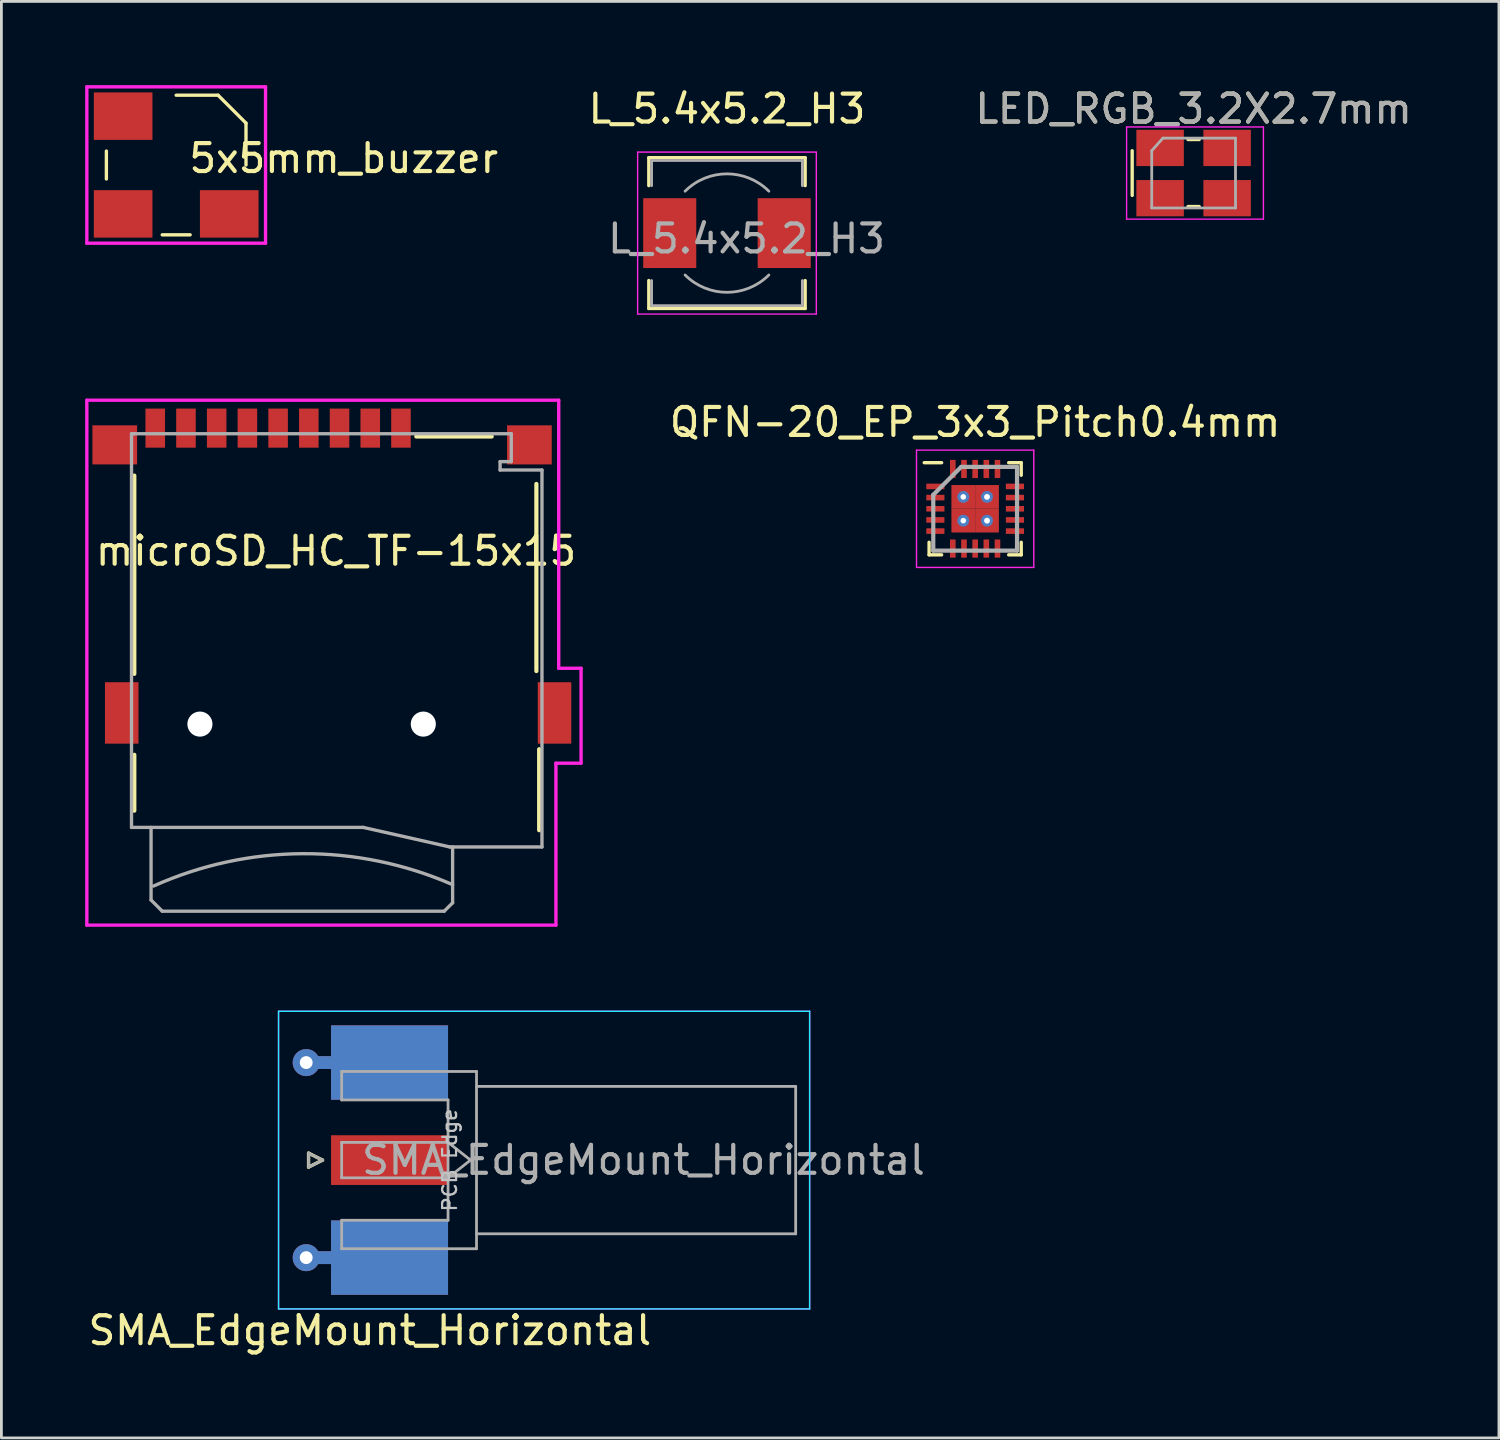
<source format=kicad_pcb>
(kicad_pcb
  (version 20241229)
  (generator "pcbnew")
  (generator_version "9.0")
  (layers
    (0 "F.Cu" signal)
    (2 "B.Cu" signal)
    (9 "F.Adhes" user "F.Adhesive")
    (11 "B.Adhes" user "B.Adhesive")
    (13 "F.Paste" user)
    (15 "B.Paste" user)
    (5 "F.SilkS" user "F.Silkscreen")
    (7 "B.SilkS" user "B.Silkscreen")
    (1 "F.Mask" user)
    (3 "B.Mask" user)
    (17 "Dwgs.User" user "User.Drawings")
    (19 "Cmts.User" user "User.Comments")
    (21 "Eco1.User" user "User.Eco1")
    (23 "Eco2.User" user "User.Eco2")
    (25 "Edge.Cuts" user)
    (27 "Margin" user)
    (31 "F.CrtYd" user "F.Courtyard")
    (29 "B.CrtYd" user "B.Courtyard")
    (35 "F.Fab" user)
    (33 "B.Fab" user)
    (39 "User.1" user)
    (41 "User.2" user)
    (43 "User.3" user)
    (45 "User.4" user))
  (footprint "5x5mm_buzzer"
    (layer "F.Cu")
    (at 3.26 2.86)
    (property "Reference" "5x5mm_buzzer" (at 6 -0.24 0) (layer "F.SilkS") (effects (font (size 1 1) (thickness 0.15))))
    (attr through_hole)
    (fp_line (start -2.5 0.5) (end -2.5 -0.5) (stroke (width 0.12) (type solid)) (layer "F.SilkS"))
    (fp_line (start -0.5 2.5) (end 0.5 2.5) (stroke (width 0.12) (type solid)) (layer "F.SilkS"))
    (fp_line (start 1.5 -2.5) (end 0 -2.5) (stroke (width 0.12) (type solid)) (layer "F.SilkS"))
    (fp_line (start 2.5 -1.5) (end 1.5 -2.5) (stroke (width 0.12) (type solid)) (layer "F.SilkS"))
    (fp_line (start 2.5 -1.5) (end 2.5 0) (stroke (width 0.12) (type solid)) (layer "F.SilkS"))
    (fp_line (start -3.2 -2.8) (end 3.2 -2.8) (stroke (width 0.12) (type solid)) (layer "F.CrtYd"))
    (fp_line (start -3.2 2.8) (end -3.2 -2.8) (stroke (width 0.12) (type solid)) (layer "F.CrtYd"))
    (fp_line (start 3.2 2.8) (end -3.2 2.8) (stroke (width 0.12) (type solid)) (layer "F.CrtYd"))
    (fp_line (start 3.2 2.8) (end 3.2 -2.8) (stroke (width 0.12) (type solid)) (layer "F.CrtYd"))
    (pad "" smd rect (at -1.9 -1.75) (size 2.1 1.7) (layers "F.Cu" "F.Mask" "F.Paste"))
    (pad "1" smd rect (at -1.9 1.75) (size 2.1 1.7) (layers "F.Cu" "F.Mask" "F.Paste"))
    (pad "2" smd rect (at 1.9 1.75) (size 2.1 1.7) (layers "F.Cu" "F.Mask" "F.Paste")))
  (footprint "SMA_EdgeMount_Horizontal"
    (layer "F.Cu")
    (at 10.901 38.498)
    (property "Reference" "SMA_EdgeMount_Horizontal" (at -0.705 6.1 0) (layer "F.SilkS") (effects (font (size 1 1) (thickness 0.15))))
    (attr smd)
    (fp_line (start -2.9 -0.25) (end -2.9 0.25) (stroke (width 0.12) (type solid)) (layer "F.SilkS"))
    (fp_line (start -2.9 0.25) (end -2.4 0) (stroke (width 0.12) (type solid)) (layer "F.SilkS"))
    (fp_line (start -2.4 0) (end -2.9 -0.25) (stroke (width 0.12) (type solid)) (layer "F.SilkS"))
    (fp_line (start -3.975 -5.33) (end -3.975 5.33) (stroke (width 0.05) (type solid)) (layer "B.CrtYd"))
    (fp_line (start -3.975 -5.33) (end 15.045 -5.33) (stroke (width 0.05) (type solid)) (layer "B.CrtYd"))
    (fp_line (start 15.045 -5.33) (end 15.045 5.33) (stroke (width 0.05) (type solid)) (layer "B.CrtYd"))
    (fp_line (start 15.045 5.33) (end -3.975 5.33) (stroke (width 0.05) (type solid)) (layer "B.CrtYd"))
    (fp_line (start -3.975 -5.33) (end -3.975 5.33) (stroke (width 0.05) (type solid)) (layer "F.CrtYd"))
    (fp_line (start -3.975 -5.33) (end 15.045 -5.33) (stroke (width 0.05) (type solid)) (layer "F.CrtYd"))
    (fp_line (start 15.045 -5.33) (end 15.045 5.33) (stroke (width 0.05) (type solid)) (layer "F.CrtYd"))
    (fp_line (start 15.045 5.33) (end -3.975 5.33) (stroke (width 0.05) (type solid)) (layer "F.CrtYd"))
    (fp_line (start -2.9 -0.25) (end -2.4 0) (stroke (width 0.1) (type solid)) (layer "F.Fab"))
    (fp_line (start -2.9 0.25) (end -2.9 -0.25) (stroke (width 0.1) (type solid)) (layer "F.Fab"))
    (fp_line (start -2.4 0) (end -2.9 0.25) (stroke (width 0.1) (type solid)) (layer "F.Fab"))
    (fp_line (start -1.715 -3.175) (end -1.715 -2.155) (stroke (width 0.1) (type solid)) (layer "F.Fab"))
    (fp_line (start -1.715 -3.175) (end 3.115 -3.175) (stroke (width 0.1) (type solid)) (layer "F.Fab"))
    (fp_line (start -1.715 -0.635) (end -1.715 0.635) (stroke (width 0.1) (type solid)) (layer "F.Fab"))
    (fp_line (start -1.715 3.175) (end -1.715 2.155) (stroke (width 0.1) (type solid)) (layer "F.Fab"))
    (fp_line (start 2.095 -2.155) (end -1.715 -2.155) (stroke (width 0.1) (type solid)) (layer "F.Fab"))
    (fp_line (start 2.095 -2.155) (end 2.095 2.155) (stroke (width 0.1) (type solid)) (layer "F.Fab"))
    (fp_line (start 2.095 -0.635) (end -1.715 -0.635) (stroke (width 0.1) (type solid)) (layer "F.Fab"))
    (fp_line (start 2.095 -0.635) (end 2.9 0) (stroke (width 0.1) (type solid)) (layer "F.Fab"))
    (fp_line (start 2.095 0.635) (end -1.715 0.635) (stroke (width 0.1) (type solid)) (layer "F.Fab"))
    (fp_line (start 2.095 2.155) (end -1.715 2.155) (stroke (width 0.1) (type solid)) (layer "F.Fab"))
    (fp_line (start 2.9 0) (end 2.095 0.635) (stroke (width 0.1) (type solid)) (layer "F.Fab"))
    (fp_line (start 3.115 -3.175) (end 3.115 3.175) (stroke (width 0.1) (type solid)) (layer "F.Fab"))
    (fp_line (start 3.115 3.175) (end -1.715 3.175) (stroke (width 0.1) (type solid)) (layer "F.Fab"))
    (fp_line (start 14.545 -2.64) (end 3.115 -2.64) (stroke (width 0.1) (type solid)) (layer "F.Fab"))
    (fp_line (start 14.545 -2.64) (end 14.545 2.64) (stroke (width 0.1) (type solid)) (layer "F.Fab"))
    (fp_line (start 14.545 2.64) (end 3.115 2.64) (stroke (width 0.1) (type solid)) (layer "F.Fab"))
    (fp_text user "PCB Edge" (at 2.155 0 270) (layer "Dwgs.User") (effects (font (size 0.5 0.5) (thickness 0.08))))
    (fp_text user "${REFERENCE}" (at 9.095 0 0) (layer "F.Fab") (effects (font (size 1 1) (thickness 0.15))))
    (pad "1" smd rect (at 0 0) (size 4.19 1.78) (layers "F.Cu" "F.Mask" "F.Paste"))
    (pad "2" thru_hole circle (at -2.985 -3.493) (size 0.97 0.97) (drill 0.46) (layers "*.Cu"))
    (pad "2" thru_hole circle (at -2.985 3.493) (size 0.97 0.97) (drill 0.46) (layers "*.Cu"))
    (pad "2" smd rect (at -2.54 -3.493) (size 0.89 0.46) (layers "F.Cu"))
    (pad "2" smd rect (at -2.54 -3.493) (size 0.89 0.46) (layers "B.Cu"))
    (pad "2" smd rect (at -2.54 3.493) (size 0.89 0.46) (layers "F.Cu"))
    (pad "2" smd rect (at -2.54 3.493) (size 0.89 0.46) (layers "B.Cu"))
    (pad "2" smd rect (at 0 -3.493) (size 4.19 2.665) (layers "F.Cu" "F.Mask" "F.Paste"))
    (pad "2" smd rect (at 0 -3.493) (size 4.19 2.665) (layers "B.Cu" "B.Mask" "B.Paste"))
    (pad "2" smd rect (at 0 3.493) (size 4.19 2.665) (layers "F.Cu" "F.Mask" "F.Paste"))
    (pad "2" smd rect (at 0 3.493) (size 4.19 2.665) (layers "B.Cu" "B.Mask" "B.Paste")))
  (footprint "LED_RGB_3.2X2.7mm"
    (layer "F.Cu")
    (at 39.698 3.148)
    (property "Reference" "LED_RGB_3.2X2.7mm" (at 0 -2.3 0) (layer "F.SilkS") (effects (font (size 1 1) (thickness 0.15))))
    (attr smd)
    (fp_line (start -2.2 -0.8) (end -2.2 0.8) (stroke (width 0.12) (type solid)) (layer "F.SilkS"))
    (fp_line (start -0.2 -1.2) (end 0.2 -1.2) (stroke (width 0.12) (type solid)) (layer "F.SilkS"))
    (fp_line (start -0.2 1.2) (end 0.2 1.2) (stroke (width 0.12) (type solid)) (layer "F.SilkS"))
    (fp_line (start -2.4 -1.65) (end -2.4 1.65) (stroke (width 0.05) (type solid)) (layer "F.CrtYd"))
    (fp_line (start -2.4 1.65) (end 2.5 1.65) (stroke (width 0.05) (type solid)) (layer "F.CrtYd"))
    (fp_line (start 2.5 -1.65) (end -2.4 -1.65) (stroke (width 0.05) (type solid)) (layer "F.CrtYd"))
    (fp_line (start 2.5 1.65) (end 2.5 -1.65) (stroke (width 0.05) (type solid)) (layer "F.CrtYd"))
    (fp_line (start -1.5 -0.8) (end -1.1 -1.25) (stroke (width 0.1) (type solid)) (layer "F.Fab"))
    (fp_line (start -1.5 1.25) (end -1.5 -0.8) (stroke (width 0.1) (type solid)) (layer "F.Fab"))
    (fp_line (start 1.5 -1.25) (end -1.1 -1.25) (stroke (width 0.1) (type solid)) (layer "F.Fab"))
    (fp_line (start 1.5 1.25) (end -1.5 1.25) (stroke (width 0.1) (type solid)) (layer "F.Fab"))
    (fp_line (start 1.5 1.25) (end 1.5 -1.25) (stroke (width 0.1) (type solid)) (layer "F.Fab"))
    (fp_text user "${REFERENCE}" (at 0 -2.3 0) (layer "F.Fab") (effects (font (size 1 1) (thickness 0.15))))
    (pad "1" smd rect (at 1.2 -0.9 180) (size 1.7 1.3) (layers "F.Cu" "F.Mask" "F.Paste"))
    (pad "2" smd rect (at -1.2 -0.9 180) (size 1.7 1.3) (layers "F.Cu" "F.Mask" "F.Paste"))
    (pad "3" smd rect (at 1.2 0.9 180) (size 1.7 1.3) (layers "F.Cu" "F.Mask" "F.Paste"))
    (pad "4" smd rect (at -1.2 0.9 180) (size 1.7 1.3) (layers "F.Cu" "F.Mask" "F.Paste")))
  (footprint "QFN-20_EP_3x3_Pitch0.4mm"
    (layer "F.Cu")
    (at 31.874 15.171)
    (property "Reference" "QFN-20_EP_3x3_Pitch0.4mm" (at 0 -3.1 0) (layer "F.SilkS") (effects (font (size 1 1) (thickness 0.15))))
    (attr smd)
    (fp_line (start -1.65 1.65) (end -1.65 1.2) (stroke (width 0.12) (type solid)) (layer "F.SilkS"))
    (fp_line (start -1.2 -1.65) (end -1.825 -1.65) (stroke (width 0.12) (type solid)) (layer "F.SilkS"))
    (fp_line (start -1.2 1.65) (end -1.65 1.65) (stroke (width 0.12) (type solid)) (layer "F.SilkS"))
    (fp_line (start 1.2 -1.65) (end 1.65 -1.65) (stroke (width 0.12) (type solid)) (layer "F.SilkS"))
    (fp_line (start 1.2 1.65) (end 1.65 1.65) (stroke (width 0.12) (type solid)) (layer "F.SilkS"))
    (fp_line (start 1.65 -1.65) (end 1.65 -1.2) (stroke (width 0.12) (type solid)) (layer "F.SilkS"))
    (fp_line (start 1.65 1.65) (end 1.65 1.2) (stroke (width 0.12) (type solid)) (layer "F.SilkS"))
    (fp_poly (pts (xy -0.15 -0.15) (xy -0.7 -0.15) (xy -0.7 -0.7) (xy -0.15 -0.7)) (stroke (width 0.1) (type solid)) (fill yes) (layer "F.Paste"))
    (fp_poly (pts (xy -0.15 0.7) (xy -0.7 0.7) (xy -0.7 0.15) (xy -0.15 0.15)) (stroke (width 0.1) (type solid)) (fill yes) (layer "F.Paste"))
    (fp_poly (pts (xy 0.7 -0.15) (xy 0.15 -0.15) (xy 0.15 -0.7) (xy 0.7 -0.7)) (stroke (width 0.1) (type solid)) (fill yes) (layer "F.Paste"))
    (fp_poly (pts (xy 0.7 0.7) (xy 0.15 0.7) (xy 0.15 0.15) (xy 0.7 0.15)) (stroke (width 0.1) (type solid)) (fill yes) (layer "F.Paste"))
    (fp_line (start -2.1 -2.1) (end 2.1 -2.1) (stroke (width 0.05) (type solid)) (layer "F.CrtYd"))
    (fp_line (start -2.1 2.1) (end -2.1 -2.1) (stroke (width 0.05) (type solid)) (layer "F.CrtYd"))
    (fp_line (start 2.1 -2.1) (end 2.1 2.1) (stroke (width 0.05) (type solid)) (layer "F.CrtYd"))
    (fp_line (start 2.1 2.1) (end -2.1 2.1) (stroke (width 0.05) (type solid)) (layer "F.CrtYd"))
    (fp_line (start -1.5 -0.5) (end -1.5 1.5) (stroke (width 0.15) (type solid)) (layer "F.Fab"))
    (fp_line (start -1.5 1.5) (end 1.5 1.5) (stroke (width 0.15) (type solid)) (layer "F.Fab"))
    (fp_line (start -0.5 -1.5) (end -1.5 -0.5) (stroke (width 0.15) (type solid)) (layer "F.Fab"))
    (fp_line (start 1.5 -1.5) (end -0.5 -1.5) (stroke (width 0.15) (type solid)) (layer "F.Fab"))
    (fp_line (start 1.5 1.5) (end 1.5 -1.5) (stroke (width 0.15) (type solid)) (layer "F.Fab"))
    (pad "1" smd rect (at -1.425 -0.8 90) (size 0.2 0.65) (layers "F.Cu" "F.Mask" "F.Paste"))
    (pad "2" smd rect (at -1.425 -0.4 90) (size 0.2 0.65) (layers "F.Cu" "F.Mask" "F.Paste"))
    (pad "3" smd rect (at -1.425 0 90) (size 0.2 0.65) (layers "F.Cu" "F.Mask" "F.Paste"))
    (pad "4" smd rect (at -1.425 0.4 90) (size 0.2 0.65) (layers "F.Cu" "F.Mask" "F.Paste"))
    (pad "5" smd rect (at -1.425 0.8 90) (size 0.2 0.65) (layers "F.Cu" "F.Mask" "F.Paste"))
    (pad "6" smd rect (at -0.8 1.425) (size 0.2 0.65) (layers "F.Cu" "F.Mask" "F.Paste"))
    (pad "7" smd rect (at -0.4 1.425) (size 0.2 0.65) (layers "F.Cu" "F.Mask" "F.Paste"))
    (pad "8" smd rect (at 0 1.425) (size 0.2 0.65) (layers "F.Cu" "F.Mask" "F.Paste"))
    (pad "9" smd rect (at 0.4 1.425) (size 0.2 0.65) (layers "F.Cu" "F.Mask" "F.Paste"))
    (pad "10" smd rect (at 0.8 1.425) (size 0.2 0.65) (layers "F.Cu" "F.Mask" "F.Paste"))
    (pad "11" smd rect (at 1.425 0.8 90) (size 0.2 0.65) (layers "F.Cu" "F.Mask" "F.Paste"))
    (pad "12" smd rect (at 1.425 0.4 90) (size 0.2 0.65) (layers "F.Cu" "F.Mask" "F.Paste"))
    (pad "13" smd rect (at 1.425 0 90) (size 0.2 0.65) (layers "F.Cu" "F.Mask" "F.Paste"))
    (pad "14" smd rect (at 1.425 -0.4 90) (size 0.2 0.65) (layers "F.Cu" "F.Mask" "F.Paste"))
    (pad "15" smd rect (at 1.425 -0.8 90) (size 0.2 0.65) (layers "F.Cu" "F.Mask" "F.Paste"))
    (pad "16" smd rect (at 0.8 -1.425) (size 0.2 0.65) (layers "F.Cu" "F.Mask" "F.Paste"))
    (pad "17" smd rect (at 0.4 -1.425) (size 0.2 0.65) (layers "F.Cu" "F.Mask" "F.Paste"))
    (pad "18" smd rect (at 0 -1.425) (size 0.2 0.65) (layers "F.Cu" "F.Mask" "F.Paste"))
    (pad "19" smd rect (at -0.4 -1.425) (size 0.2 0.65) (layers "F.Cu" "F.Mask" "F.Paste"))
    (pad "20" smd rect (at -0.8 -1.425) (size 0.2 0.65) (layers "F.Cu" "F.Mask" "F.Paste"))
    (pad "21" thru_hole circle (at -0.425 -0.425) (size 0.425 0.425) (drill 0.2) (layers "*.Cu" "*.Mask"))
    (pad "21" smd rect (at -0.425 -0.425) (size 0.85 0.85) (layers "F.Cu" "F.Mask" "F.Paste"))
    (pad "21" thru_hole circle (at -0.425 0.425) (size 0.425 0.425) (drill 0.2) (layers "*.Cu" "*.Mask"))
    (pad "21" smd rect (at -0.425 0.425) (size 0.85 0.85) (layers "F.Cu" "F.Mask" "F.Paste"))
    (pad "21" thru_hole circle (at 0.425 -0.425) (size 0.425 0.425) (drill 0.21) (layers "*.Cu" "*.Mask"))
    (pad "21" smd rect (at 0.425 -0.425) (size 0.85 0.85) (layers "F.Cu" "F.Mask" "F.Paste"))
    (pad "21" thru_hole circle (at 0.425 0.425) (size 0.425 0.425) (drill 0.212) (layers "*.Cu" "*.Mask"))
    (pad "21" smd rect (at 0.425 0.425) (size 0.85 0.85) (layers "F.Cu" "F.Mask" "F.Paste")))
  (footprint "L_5.4x5.2_H3"
    (layer "F.Cu")
    (at 22.986 5.298)
    (property "Reference" "L_5.4x5.2_H3" (at 0 -4.45 0) (layer "F.SilkS") (effects (font (size 1 1) (thickness 0.15))))
    (attr smd)
    (fp_line (start -2.8 -2.7) (end 2.8 -2.7) (stroke (width 0.12) (type solid)) (layer "F.SilkS"))
    (fp_line (start -2.8 -1.7) (end -2.8 -2.7) (stroke (width 0.12) (type solid)) (layer "F.SilkS"))
    (fp_line (start -2.8 2.7) (end -2.8 1.7) (stroke (width 0.12) (type solid)) (layer "F.SilkS"))
    (fp_line (start 2.8 -2.7) (end 2.8 -1.7) (stroke (width 0.12) (type solid)) (layer "F.SilkS"))
    (fp_line (start 2.8 1.7) (end 2.8 2.7) (stroke (width 0.12) (type solid)) (layer "F.SilkS"))
    (fp_line (start 2.8 2.7) (end -2.8 2.7) (stroke (width 0.12) (type solid)) (layer "F.SilkS"))
    (fp_line (start -3.2 -2.9) (end -3.2 2.9) (stroke (width 0.05) (type solid)) (layer "F.CrtYd"))
    (fp_line (start -3.2 2.9) (end 3.2 2.9) (stroke (width 0.05) (type solid)) (layer "F.CrtYd"))
    (fp_line (start 3.2 -2.9) (end -3.2 -2.9) (stroke (width 0.05) (type solid)) (layer "F.CrtYd"))
    (fp_line (start 3.2 2.9) (end 3.2 -2.9) (stroke (width 0.05) (type solid)) (layer "F.CrtYd"))
    (fp_line (start -2.7 -2.6) (end -2.7 -1.7) (stroke (width 0.1) (type solid)) (layer "F.Fab"))
    (fp_line (start -2.7 -2.6) (end 2.7 -2.6) (stroke (width 0.1) (type solid)) (layer "F.Fab"))
    (fp_line (start -2.7 2.6) (end -2.7 1.7) (stroke (width 0.1) (type solid)) (layer "F.Fab"))
    (fp_line (start -2.7 2.6) (end 2.7 2.6) (stroke (width 0.1) (type solid)) (layer "F.Fab"))
    (fp_line (start 2.7 -2.6) (end 2.7 -1.7) (stroke (width 0.1) (type solid)) (layer "F.Fab"))
    (fp_line (start 2.7 2.6) (end 2.7 1.7) (stroke (width 0.1) (type solid)) (layer "F.Fab"))
    (fp_arc (start -1.5 -1.5) (mid 0 -2.12132) (end 1.5 -1.5) (stroke (width 0.1) (type solid)) (layer "F.Fab"))
    (fp_arc (start 1.5 1.5) (mid 0 2.12132) (end -1.5 1.5) (stroke (width 0.1) (type solid)) (layer "F.Fab"))
    (fp_text user "${REFERENCE}" (at 0.7 0.2 0) (layer "F.Fab") (effects (font (size 1 1) (thickness 0.15))))
    (pad "1" smd rect (at -2.05 0) (size 1.9 2.5) (layers "F.Cu" "F.Mask" "F.Paste"))
    (pad "2" smd rect (at 2.05 0) (size 1.9 2.5) (layers "F.Cu" "F.Mask" "F.Paste")))
  (footprint "microSD_HC_TF-15x15"
    (layer "F.Cu")
    (at 9.06 22.883)
    (property "Reference" "microSD_HC_TF-15x15" (at -0.075 -6.2 0) (layer "F.SilkS") (effects (font (size 1 1) (thickness 0.15))))
    (attr smd)
    (fp_line (start -7.3 -8.9) (end -7.3 -1.8) (stroke (width 0.15) (type solid)) (layer "F.SilkS"))
    (fp_line (start -7.3 1.1) (end -7.3 3.1) (stroke (width 0.15) (type solid)) (layer "F.SilkS"))
    (fp_line (start 2.8 -10.3) (end 5.5 -10.3) (stroke (width 0.15) (type solid)) (layer "F.SilkS"))
    (fp_line (start 7.1 -8.6) (end 7.1 -1.9) (stroke (width 0.15) (type solid)) (layer "F.SilkS"))
    (fp_line (start 7.2 0.9) (end 7.2 3.8) (stroke (width 0.15) (type solid)) (layer "F.SilkS"))
    (fp_line (start -9 -11.6) (end 7.9 -11.6) (stroke (width 0.12) (type solid)) (layer "F.CrtYd"))
    (fp_line (start -9 7.2) (end -9 -11.6) (stroke (width 0.12) (type solid)) (layer "F.CrtYd"))
    (fp_line (start 7.8 1.4) (end 7.8 7.2) (stroke (width 0.12) (type solid)) (layer "F.CrtYd"))
    (fp_line (start 7.8 7.2) (end -9 7.2) (stroke (width 0.12) (type solid)) (layer "F.CrtYd"))
    (fp_line (start 7.9 -11.6) (end 7.9 -2) (stroke (width 0.12) (type solid)) (layer "F.CrtYd"))
    (fp_line (start 7.9 -2) (end 8.7 -2) (stroke (width 0.12) (type solid)) (layer "F.CrtYd"))
    (fp_line (start 8.7 -2) (end 8.7 1.4) (stroke (width 0.12) (type solid)) (layer "F.CrtYd"))
    (fp_line (start 8.7 1.4) (end 7.8 1.4) (stroke (width 0.12) (type solid)) (layer "F.CrtYd"))
    (fp_line (start -7.4 3.7) (end -7.4 -10.4) (stroke (width 0.12) (type solid)) (layer "F.Fab"))
    (fp_line (start -7.3 -10.4) (end -7.4 -10.4) (stroke (width 0.12) (type solid)) (layer "F.Fab"))
    (fp_line (start -7.3 -10.4) (end 6.2 -10.4) (stroke (width 0.12) (type solid)) (layer "F.Fab"))
    (fp_line (start -6.7 3.7) (end -6.7 6.3) (stroke (width 0.12) (type solid)) (layer "F.Fab"))
    (fp_line (start -6.7 6.3) (end -6.3 6.7) (stroke (width 0.12) (type solid)) (layer "F.Fab"))
    (fp_line (start -6.3 6.7) (end 3.8 6.7) (stroke (width 0.12) (type solid)) (layer "F.Fab"))
    (fp_line (start 0.9 3.7) (end -7.4 3.7) (stroke (width 0.12) (type solid)) (layer "F.Fab"))
    (fp_line (start 3.8 6.7) (end 4.1 6.4) (stroke (width 0.12) (type solid)) (layer "F.Fab"))
    (fp_line (start 4 4.4) (end 0.9 3.7) (stroke (width 0.12) (type solid)) (layer "F.Fab"))
    (fp_line (start 4.1 6.4) (end 4.1 4.4) (stroke (width 0.12) (type solid)) (layer "F.Fab"))
    (fp_line (start 5.8 -9.4) (end 5.8 -9.1) (stroke (width 0.12) (type solid)) (layer "F.Fab"))
    (fp_line (start 5.8 -9.1) (end 7.3 -9.1) (stroke (width 0.12) (type solid)) (layer "F.Fab"))
    (fp_line (start 6.2 -10.4) (end 6.2 -9.4) (stroke (width 0.12) (type solid)) (layer "F.Fab"))
    (fp_line (start 6.2 -9.4) (end 5.8 -9.4) (stroke (width 0.12) (type solid)) (layer "F.Fab"))
    (fp_line (start 7.3 -9.1) (end 7.3 4.4) (stroke (width 0.12) (type solid)) (layer "F.Fab"))
    (fp_line (start 7.3 4.4) (end 4 4.4) (stroke (width 0.12) (type solid)) (layer "F.Fab"))
    (fp_arc (start -6.611177 5.8) (mid -1.260811 4.640986) (end 4.099999 5.750691) (stroke (width 0.12) (type solid)) (layer "F.Fab"))
    (pad "" np_thru_hole circle (at -4.95 0) (size 0.9 0.9) (drill 0.9) (layers "*.Cu" "*.Mask"))
    (pad "" np_thru_hole circle (at 3.05 0) (size 0.9 0.9) (drill 0.9) (layers "*.Cu" "*.Mask"))
    (pad "1" smd rect (at 2.25 -10.6) (size 0.7 1.4) (layers "F.Cu" "F.Mask" "F.Paste"))
    (pad "2" smd rect (at 1.15 -10.6) (size 0.7 1.4) (layers "F.Cu" "F.Mask" "F.Paste"))
    (pad "3" smd rect (at 0.05 -10.6) (size 0.7 1.4) (layers "F.Cu" "F.Mask" "F.Paste"))
    (pad "4" smd rect (at -1.05 -10.6) (size 0.7 1.4) (layers "F.Cu" "F.Mask" "F.Paste"))
    (pad "5" smd rect (at -2.15 -10.6) (size 0.7 1.4) (layers "F.Cu" "F.Mask" "F.Paste"))
    (pad "6" smd rect (at -3.25 -10.6) (size 0.7 1.4) (layers "F.Cu" "F.Mask" "F.Paste"))
    (pad "7" smd rect (at -4.35 -10.6) (size 0.7 1.4) (layers "F.Cu" "F.Mask" "F.Paste"))
    (pad "8" smd rect (at -5.45 -10.6) (size 0.7 1.4) (layers "F.Cu" "F.Mask" "F.Paste"))
    (pad "9" smd rect (at -6.55 -10.6) (size 0.7 1.4) (layers "F.Cu" "F.Mask" "F.Paste"))
    (pad "10" smd rect (at -8 -10) (size 1.6 1.4) (layers "F.Cu" "F.Mask" "F.Paste"))
    (pad "10" smd rect (at -7.75 -0.4) (size 1.2 2.2) (layers "F.Cu" "F.Mask" "F.Paste"))
    (pad "10" smd rect (at 6.85 -10) (size 1.6 1.4) (layers "F.Cu" "F.Mask" "F.Paste"))
    (pad "10" smd rect (at 7.75 -0.4) (size 1.2 2.2) (layers "F.Cu" "F.Mask" "F.Paste")))
  (gr_rect
    (start -3 -3)
    (end 50.633 48.447)
    (stroke (width 0.1) (type default))
    (fill no)
    (layer "Edge.Cuts")))
</source>
